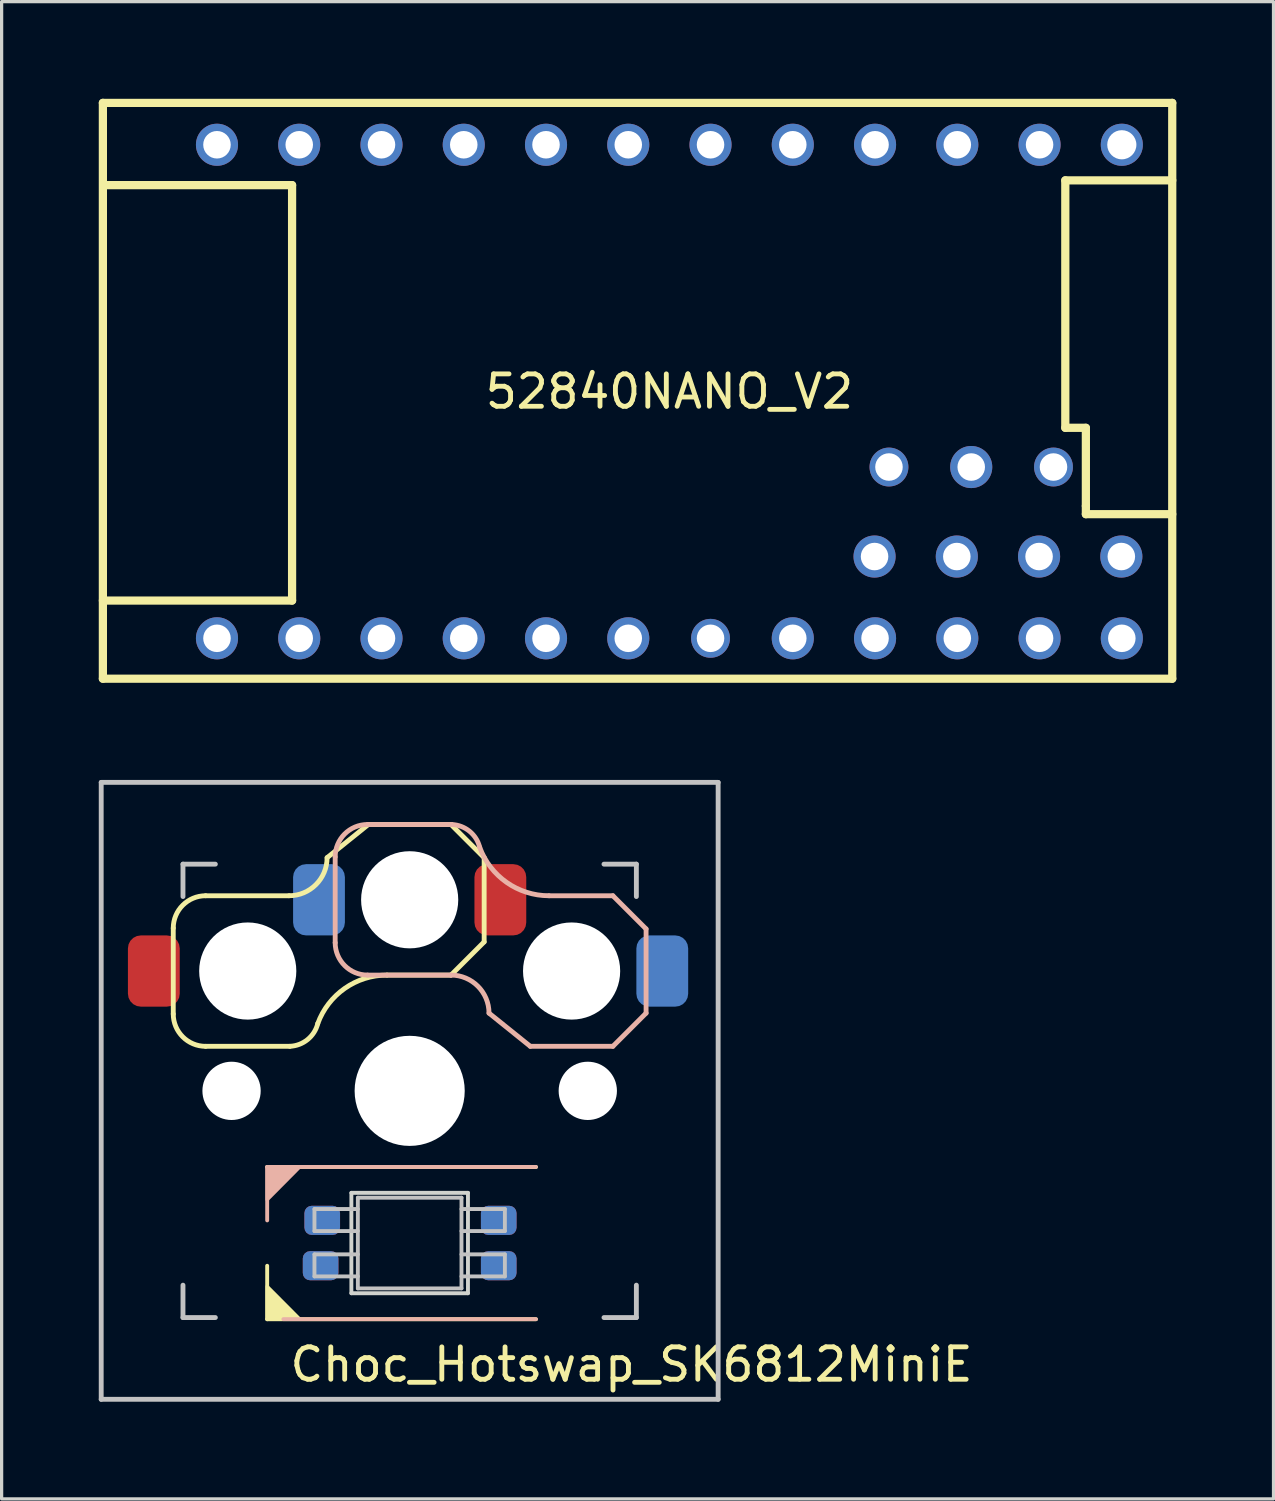
<source format=kicad_pcb>
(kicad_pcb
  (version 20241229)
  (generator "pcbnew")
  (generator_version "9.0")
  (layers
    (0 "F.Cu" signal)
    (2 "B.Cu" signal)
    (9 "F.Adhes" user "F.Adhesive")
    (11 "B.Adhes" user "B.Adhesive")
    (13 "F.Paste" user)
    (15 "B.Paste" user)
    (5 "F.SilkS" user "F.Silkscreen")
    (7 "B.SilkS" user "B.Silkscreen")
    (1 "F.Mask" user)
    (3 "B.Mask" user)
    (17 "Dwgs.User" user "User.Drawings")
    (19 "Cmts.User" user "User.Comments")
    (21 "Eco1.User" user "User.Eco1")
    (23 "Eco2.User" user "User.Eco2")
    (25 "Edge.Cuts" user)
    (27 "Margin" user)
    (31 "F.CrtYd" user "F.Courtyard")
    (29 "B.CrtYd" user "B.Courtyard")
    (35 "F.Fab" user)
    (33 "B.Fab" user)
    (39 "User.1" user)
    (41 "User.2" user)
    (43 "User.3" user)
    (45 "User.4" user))
  (footprint "Choc_Hotswap_SK6812MiniE"
    (layer "F.Cu")
    (at 9.6 30.634)
    (property "Reference" "Choc_Hotswap_SK6812MiniE" (at 6.85 8.45 180) (layer "F.SilkS") (effects (font (size 1 1) (thickness 0.15))))
    (attr through_hole)
    (fp_line (start -7.3 -5.025) (end -7.3 -2.375) (stroke (width 0.15) (type solid)) (layer "F.SilkS"))
    (fp_line (start -6.3 -6.025) (end -3.725 -6.025) (stroke (width 0.15) (type solid)) (layer "F.SilkS"))
    (fp_line (start -6.3 -1.375) (end -3.7 -1.375) (stroke (width 0.15) (type solid)) (layer "F.SilkS"))
    (fp_line (start -4.4 2.349) (end 3.9 2.352) (stroke (width 0.12) (type solid)) (layer "F.SilkS"))
    (fp_line (start -4.4 7.052) (end -4.4 5.401) (stroke (width 0.12) (type solid)) (layer "F.SilkS"))
    (fp_line (start -1.275 -8.225) (end -2.55 -7.2) (stroke (width 0.15) (type solid)) (layer "F.SilkS"))
    (fp_line (start -1.275 -8.225) (end 1.275 -8.225) (stroke (width 0.15) (type solid)) (layer "F.SilkS"))
    (fp_line (start -0.7 -3.575) (end 1.275 -3.575) (stroke (width 0.15) (type solid)) (layer "F.SilkS"))
    (fp_line (start 2.3 -7.2) (end 1.275 -8.225) (stroke (width 0.15) (type solid)) (layer "F.SilkS"))
    (fp_line (start 2.3 -7.2) (end 2.3 -4.6) (stroke (width 0.15) (type solid)) (layer "F.SilkS"))
    (fp_line (start 2.3 -4.6) (end 1.275 -3.575) (stroke (width 0.15) (type solid)) (layer "F.SilkS"))
    (fp_line (start 3.9 7.052) (end -4.4 7.052) (stroke (width 0.12) (type solid)) (layer "F.SilkS"))
    (fp_arc (start -7.3 -5.025) (mid -7.007107 -5.732107) (end -6.3 -6.025) (stroke (width 0.15) (type solid)) (layer "F.SilkS"))
    (fp_arc (start -6.3 -1.375) (mid -7.007107 -1.667893) (end -7.3 -2.375) (stroke (width 0.15) (type solid)) (layer "F.SilkS"))
    (fp_arc (start -2.837801 -2.078096) (mid -3.151716 -1.583979) (end -3.699005 -1.376209) (stroke (width 0.15) (type solid)) (layer "F.SilkS"))
    (fp_arc (start -2.837801 -2.078096) (mid -2.004887 -3.163571) (end -0.7 -3.575) (stroke (width 0.15) (type solid)) (layer "F.SilkS"))
    (fp_arc (start -2.55 -7.2) (mid -2.89415 -6.36915) (end -3.725 -6.025) (stroke (width 0.15) (type solid)) (layer "F.SilkS"))
    (fp_poly (pts (xy -3.392 7.049) (xy -4.4 7.052) (xy -4.4 6.036)) (stroke (width 0.1) (type solid)) (fill yes) (layer "F.SilkS"))
    (fp_line (start -4.4 2.349) (end -4.4 4) (stroke (width 0.12) (type solid)) (layer "B.SilkS"))
    (fp_line (start -3.9 7.049) (end 3.9 7.049) (stroke (width 0.12) (type solid)) (layer "B.SilkS"))
    (fp_line (start -2.3 -4.575) (end -2.3 -7.225) (stroke (width 0.15) (type solid)) (layer "B.SilkS"))
    (fp_line (start -1.3 -8.225) (end 1.3 -8.225) (stroke (width 0.15) (type solid)) (layer "B.SilkS"))
    (fp_line (start -1.3 -3.575) (end 1.275 -3.575) (stroke (width 0.15) (type solid)) (layer "B.SilkS"))
    (fp_line (start 3.725 -1.375) (end 2.45 -2.4) (stroke (width 0.15) (type solid)) (layer "B.SilkS"))
    (fp_line (start 3.725 -1.375) (end 6.275 -1.375) (stroke (width 0.15) (type solid)) (layer "B.SilkS"))
    (fp_line (start 3.9 2.349) (end -4.4 2.349) (stroke (width 0.12) (type solid)) (layer "B.SilkS"))
    (fp_line (start 4.3 -6.025) (end 6.275 -6.025) (stroke (width 0.15) (type solid)) (layer "B.SilkS"))
    (fp_line (start 7.3 -5) (end 6.275 -6.025) (stroke (width 0.15) (type solid)) (layer "B.SilkS"))
    (fp_line (start 7.3 -2.4) (end 6.275 -1.375) (stroke (width 0.15) (type solid)) (layer "B.SilkS"))
    (fp_line (start 7.3 -2.4) (end 7.3 -5) (stroke (width 0.15) (type solid)) (layer "B.SilkS"))
    (fp_arc (start -2.3 -7.225) (mid -2.007107 -7.932107) (end -1.3 -8.225) (stroke (width 0.15) (type solid)) (layer "B.SilkS"))
    (fp_arc (start -1.3 -3.575) (mid -2.007107 -3.867893) (end -2.3 -4.575) (stroke (width 0.15) (type solid)) (layer "B.SilkS"))
    (fp_arc (start 1.275 -3.575) (mid 2.10585 -3.23085) (end 2.45 -2.4) (stroke (width 0.15) (type solid)) (layer "B.SilkS"))
    (fp_arc (start 1.300995 -8.223791) (mid 1.848284 -8.016021) (end 2.162199 -7.521904) (stroke (width 0.15) (type solid)) (layer "B.SilkS"))
    (fp_arc (start 4.3 -6.025) (mid 2.995114 -6.436429) (end 2.162199 -7.521904) (stroke (width 0.15) (type solid)) (layer "B.SilkS"))
    (fp_poly (pts (xy -4.4 3.365) (xy -4.4 2.349) (xy -3.392 2.349)) (stroke (width 0.1) (type solid)) (fill yes) (layer "B.SilkS"))
    (fp_line (start -9.525 -9.525) (end 9.525 -9.525) (stroke (width 0.15) (type solid)) (layer "Dwgs.User"))
    (fp_line (start -9.525 9.525) (end -9.525 -9.525) (stroke (width 0.15) (type solid)) (layer "Dwgs.User"))
    (fp_line (start -7 -7) (end -7 -6) (stroke (width 0.15) (type solid)) (layer "Dwgs.User"))
    (fp_line (start -7 6) (end -7 7) (stroke (width 0.15) (type solid)) (layer "Dwgs.User"))
    (fp_line (start -7 7) (end -6 7) (stroke (width 0.15) (type solid)) (layer "Dwgs.User"))
    (fp_line (start -6 -7) (end -7 -7) (stroke (width 0.15) (type solid)) (layer "Dwgs.User"))
    (fp_line (start -2.94 3.649) (end -2.94 4.329) (stroke (width 0.12) (type solid)) (layer "Dwgs.User"))
    (fp_line (start -2.94 4.329) (end -1.6 4.329) (stroke (width 0.12) (type solid)) (layer "Dwgs.User"))
    (fp_line (start -2.94 5.049) (end -2.94 5.729) (stroke (width 0.12) (type solid)) (layer "Dwgs.User"))
    (fp_line (start -2.94 5.729) (end -1.6 5.729) (stroke (width 0.12) (type solid)) (layer "Dwgs.User"))
    (fp_line (start -1.6 3.299) (end -1.6 6.099) (stroke (width 0.12) (type solid)) (layer "Dwgs.User"))
    (fp_line (start -1.6 3.299) (end 1.6 3.299) (stroke (width 0.12) (type solid)) (layer "Dwgs.User"))
    (fp_line (start -1.6 3.649) (end -2.94 3.649) (stroke (width 0.12) (type solid)) (layer "Dwgs.User"))
    (fp_line (start -1.6 5.049) (end -2.94 5.049) (stroke (width 0.12) (type solid)) (layer "Dwgs.User"))
    (fp_line (start -1.6 6.099) (end 1.6 6.099) (stroke (width 0.12) (type solid)) (layer "Dwgs.User"))
    (fp_line (start 1.6 3.299) (end 1.6 6.099) (stroke (width 0.12) (type solid)) (layer "Dwgs.User"))
    (fp_line (start 1.6 4.329) (end 2.94 4.329) (stroke (width 0.12) (type solid)) (layer "Dwgs.User"))
    (fp_line (start 1.6 5.729) (end 2.94 5.729) (stroke (width 0.12) (type solid)) (layer "Dwgs.User"))
    (fp_line (start 2.94 3.649) (end 1.6 3.649) (stroke (width 0.12) (type solid)) (layer "Dwgs.User"))
    (fp_line (start 2.94 4.329) (end 2.94 3.649) (stroke (width 0.12) (type solid)) (layer "Dwgs.User"))
    (fp_line (start 2.94 5.049) (end 1.6 5.049) (stroke (width 0.12) (type solid)) (layer "Dwgs.User"))
    (fp_line (start 2.94 5.729) (end 2.94 5.049) (stroke (width 0.12) (type solid)) (layer "Dwgs.User"))
    (fp_line (start 6 -7) (end 7 -7) (stroke (width 0.15) (type solid)) (layer "Dwgs.User"))
    (fp_line (start 7 -7) (end 7 -6) (stroke (width 0.15) (type solid)) (layer "Dwgs.User"))
    (fp_line (start 7 6) (end 7 7) (stroke (width 0.15) (type solid)) (layer "Dwgs.User"))
    (fp_line (start 7 7) (end 6 7) (stroke (width 0.15) (type solid)) (layer "Dwgs.User"))
    (fp_line (start 9.525 -9.525) (end 9.525 9.525) (stroke (width 0.15) (type solid)) (layer "Dwgs.User"))
    (fp_line (start 9.525 9.525) (end -9.525 9.525) (stroke (width 0.15) (type solid)) (layer "Dwgs.User"))
    (fp_line (start -1.8 3.149) (end -1.8 6.249) (stroke (width 0.12) (type solid)) (layer "Edge.Cuts"))
    (fp_line (start -1.8 6.249) (end 1.8 6.249) (stroke (width 0.12) (type solid)) (layer "Edge.Cuts"))
    (fp_line (start 1.8 3.149) (end -1.8 3.149) (stroke (width 0.12) (type solid)) (layer "Edge.Cuts"))
    (fp_line (start 1.8 6.249) (end 1.8 3.149) (stroke (width 0.12) (type solid)) (layer "Edge.Cuts"))
    (pad "" np_thru_hole circle (at -5.5 0 270) (size 1.8 1.8) (drill 1.8) (layers "*.Cu" "*.Mask"))
    (pad "" np_thru_hole circle (at -5 -3.7 90) (size 3 3) (drill 3) (layers "*.Cu" "*.Mask"))
    (pad "" np_thru_hole circle (at 0 -5.9 270) (size 3 3) (drill 3) (layers "*.Cu" "*.Mask"))
    (pad "" np_thru_hole circle (at 0 0 270) (size 3.4 3.4) (drill 3.4) (layers "*.Cu" "*.Mask"))
    (pad "" np_thru_hole circle (at 5 -3.7 270) (size 3 3) (drill 3) (layers "*.Cu" "*.Mask"))
    (pad "" np_thru_hole circle (at 5.5 0 270) (size 1.8 1.8) (drill 1.8) (layers "*.Cu" "*.Mask"))
    (pad "1" smd roundrect (at 2.75 3.999) (size 1.1 0.9) (layers "F.Cu" "F.Mask" "F.Paste") (roundrect_rratio 0.25))
    (pad "1" smd roundrect (at 2.75 5.399) (size 1.1 0.9) (layers "B.Cu" "B.Mask" "B.Paste") (roundrect_rratio 0.25))
    (pad "2" smd roundrect (at 2.75 3.999) (size 1.1 0.9) (layers "B.Cu" "B.Mask" "B.Paste") (roundrect_rratio 0.25))
    (pad "2" smd roundrect (at 2.75 5.399) (size 1.1 0.9) (layers "F.Cu" "F.Mask" "F.Paste") (roundrect_rratio 0.25))
    (pad "3" smd roundrect (at -2.75 5.399) (size 1.1 0.9) (layers "F.Cu" "F.Mask" "F.Paste") (roundrect_rratio 0.25))
    (pad "3" smd roundrect (at -2.7 3.999) (size 1.1 0.9) (layers "B.Cu" "B.Mask" "B.Paste") (roundrect_rratio 0.25))
    (pad "4" smd roundrect (at -2.75 5.399) (size 1.1 0.9) (layers "B.Cu" "B.Mask" "B.Paste") (roundrect_rratio 0.25))
    (pad "4" smd roundrect (at -2.7 3.999) (size 1.1 0.9) (layers "F.Cu" "F.Mask" "F.Paste") (roundrect_rratio 0.25))
    (pad "5" smd roundrect (at -2.8 -5.9) (size 1.6 2.2) (layers "B.Cu" "B.Mask" "B.Paste") (roundrect_rratio 0.25))
    (pad "5" smd roundrect (at 2.8 -5.9) (size 1.6 2.2) (layers "F.Cu" "F.Mask" "F.Paste") (roundrect_rratio 0.25))
    (pad "6" smd roundrect (at -7.9 -3.7) (size 1.6 2.2) (layers "F.Cu" "F.Mask" "F.Paste") (roundrect_rratio 0.25))
    (pad "6" smd roundrect (at 7.8 -3.7) (size 1.6 2.2) (layers "B.Cu" "B.Mask" "B.Paste") (roundrect_rratio 0.25)))
  (footprint "52840NANO_V2"
    (layer "F.Cu")
    (at 17.62 9.04)
    (property "Reference" "52840NANO_V2" (at 0 0 0) (unlocked yes) (layer "F.SilkS") (effects (font (size 1 1) (thickness 0.15))))
    (fp_line (start -17.493 -8.913) (end 15.527 -8.913) (stroke (width 0.254) (type default)) (layer "F.SilkS"))
    (fp_line (start -17.493 8.867) (end -17.493 -8.913) (stroke (width 0.254) (type default)) (layer "F.SilkS"))
    (fp_line (start -17.366 -6.373) (end -11.651 -6.373) (stroke (width 0.254) (type default)) (layer "F.SilkS"))
    (fp_line (start -11.651 -6.373) (end -11.651 6.454) (stroke (width 0.254) (type default)) (layer "F.SilkS"))
    (fp_line (start -11.651 6.454) (end -17.493 6.454) (stroke (width 0.254) (type default)) (layer "F.SilkS"))
    (fp_line (start 12.225 -6.521) (end 12.225 1.12) (stroke (width 0.254) (type default)) (layer "F.SilkS"))
    (fp_line (start 12.225 1.12) (end 12.86 1.12) (stroke (width 0.254) (type default)) (layer "F.SilkS"))
    (fp_line (start 12.86 1.12) (end 12.86 3.533) (stroke (width 0.254) (type default)) (layer "F.SilkS"))
    (fp_line (start 12.86 3.533) (end 12.86 3.787) (stroke (width 0.254) (type default)) (layer "F.SilkS"))
    (fp_line (start 12.86 3.787) (end 15.527 3.787) (stroke (width 0.254) (type default)) (layer "F.SilkS"))
    (fp_line (start 15.527 -8.913) (end 15.527 8.867) (stroke (width 0.254) (type default)) (layer "F.SilkS"))
    (fp_line (start 15.527 -6.521) (end 12.225 -6.521) (stroke (width 0.254) (type default)) (layer "F.SilkS"))
    (fp_line (start 15.527 8.867) (end -17.493 8.867) (stroke (width 0.254) (type default)) (layer "F.SilkS"))
    (pad "1" thru_hole circle (at -13.97 -7.62) (size 1.3 1.3) (drill 0.85) (layers "*.Cu" "*.Mask"))
    (pad "2" thru_hole circle (at -11.43 -7.62) (size 1.3 1.3) (drill 0.85) (layers "*.Cu" "*.Mask"))
    (pad "3" thru_hole circle (at -8.89 -7.62) (size 1.3 1.3) (drill 0.85) (layers "*.Cu" "*.Mask"))
    (pad "4" thru_hole circle (at -6.35 -7.62) (size 1.3 1.3) (drill 0.85) (layers "*.Cu" "*.Mask"))
    (pad "5" thru_hole circle (at -3.81 -7.62) (size 1.3 1.3) (drill 0.85) (layers "*.Cu" "*.Mask"))
    (pad "6" thru_hole circle (at -1.27 -7.62) (size 1.3 1.3) (drill 0.85) (layers "*.Cu" "*.Mask"))
    (pad "7" thru_hole circle (at 1.27 -7.62) (size 1.3 1.3) (drill 0.85) (layers "*.Cu" "*.Mask"))
    (pad "8" thru_hole circle (at 3.81 -7.62) (size 1.3 1.3) (drill 0.85) (layers "*.Cu" "*.Mask"))
    (pad "9" thru_hole circle (at 6.35 -7.62) (size 1.3 1.3) (drill 0.85) (layers "*.Cu" "*.Mask"))
    (pad "10" thru_hole circle (at 8.89 -7.62) (size 1.3 1.3) (drill 0.85) (layers "*.Cu" "*.Mask"))
    (pad "11" thru_hole circle (at 11.43 -7.62) (size 1.3 1.3) (drill 0.85) (layers "*.Cu" "*.Mask"))
    (pad "12" thru_hole circle (at 13.97 -7.62) (size 1.3 1.3) (drill 0.9) (layers "*.Cu" "*.Mask"))
    (pad "13" thru_hole circle (at -13.97 7.62) (size 1.3 1.3) (drill 0.85) (layers "*.Cu" "*.Mask"))
    (pad "14" thru_hole circle (at -11.43 7.62) (size 1.3 1.3) (drill 0.85) (layers "*.Cu" "*.Mask"))
    (pad "15" thru_hole circle (at -8.89 7.62) (size 1.3 1.3) (drill 0.85) (layers "*.Cu" "*.Mask"))
    (pad "16" thru_hole circle (at -6.35 7.62) (size 1.3 1.3) (drill 0.85) (layers "*.Cu" "*.Mask"))
    (pad "17" thru_hole circle (at -3.81 7.62) (size 1.3 1.3) (drill 0.85) (layers "*.Cu" "*.Mask"))
    (pad "18" thru_hole circle (at -1.27 7.62) (size 1.3 1.3) (drill 0.85) (layers "*.Cu" "*.Mask"))
    (pad "19" thru_hole circle (at 1.27 7.62) (size 1.2 1.2) (drill 0.85) (layers "*.Cu" "*.Mask"))
    (pad "20" thru_hole circle (at 3.81 7.62) (size 1.3 1.3) (drill 0.85) (layers "*.Cu" "*.Mask"))
    (pad "21" thru_hole circle (at 6.35 7.62) (size 1.3 1.3) (drill 0.85) (layers "*.Cu" "*.Mask"))
    (pad "22" thru_hole circle (at 8.89 7.62) (size 1.3 1.3) (drill 0.85) (layers "*.Cu" "*.Mask"))
    (pad "23" thru_hole circle (at 11.43 7.62) (size 1.3 1.3) (drill 0.85) (layers "*.Cu" "*.Mask"))
    (pad "24" thru_hole circle (at 13.97 7.62) (size 1.3 1.3) (drill 0.85) (layers "*.Cu" "*.Mask"))
    (pad "25" thru_hole circle (at 6.335 5.095 90) (size 1.3 1.3) (drill 0.85) (layers "*.Cu" "*.Mask"))
    (pad "26" thru_hole circle (at 8.875 5.095 90) (size 1.3 1.3) (drill 0.85) (layers "*.Cu" "*.Mask"))
    (pad "27" thru_hole circle (at 11.415 5.095 90) (size 1.3 1.3) (drill 0.85) (layers "*.Cu" "*.Mask"))
    (pad "28" thru_hole circle (at 13.955 5.095 270) (size 1.3 1.3) (drill 0.85) (layers "*.Cu" "*.Mask"))
    (pad "29" thru_hole circle (at 6.78 2.331 90) (size 1.2 1.2) (drill 0.85) (layers "*.Cu" "*.Mask"))
    (pad "30" thru_hole circle (at 9.32 2.331 90) (size 1.3 1.3) (drill 0.85) (layers "*.Cu" "*.Mask"))
    (pad "31" thru_hole circle (at 11.86 2.331 90) (size 1.2 1.2) (drill 0.85) (layers "*.Cu" "*.Mask")))
  (gr_rect
    (start -3 -3)
    (end 36.274 43.234)
    (stroke (width 0.1) (type default))
    (fill no)
    (layer "Edge.Cuts")))
</source>
